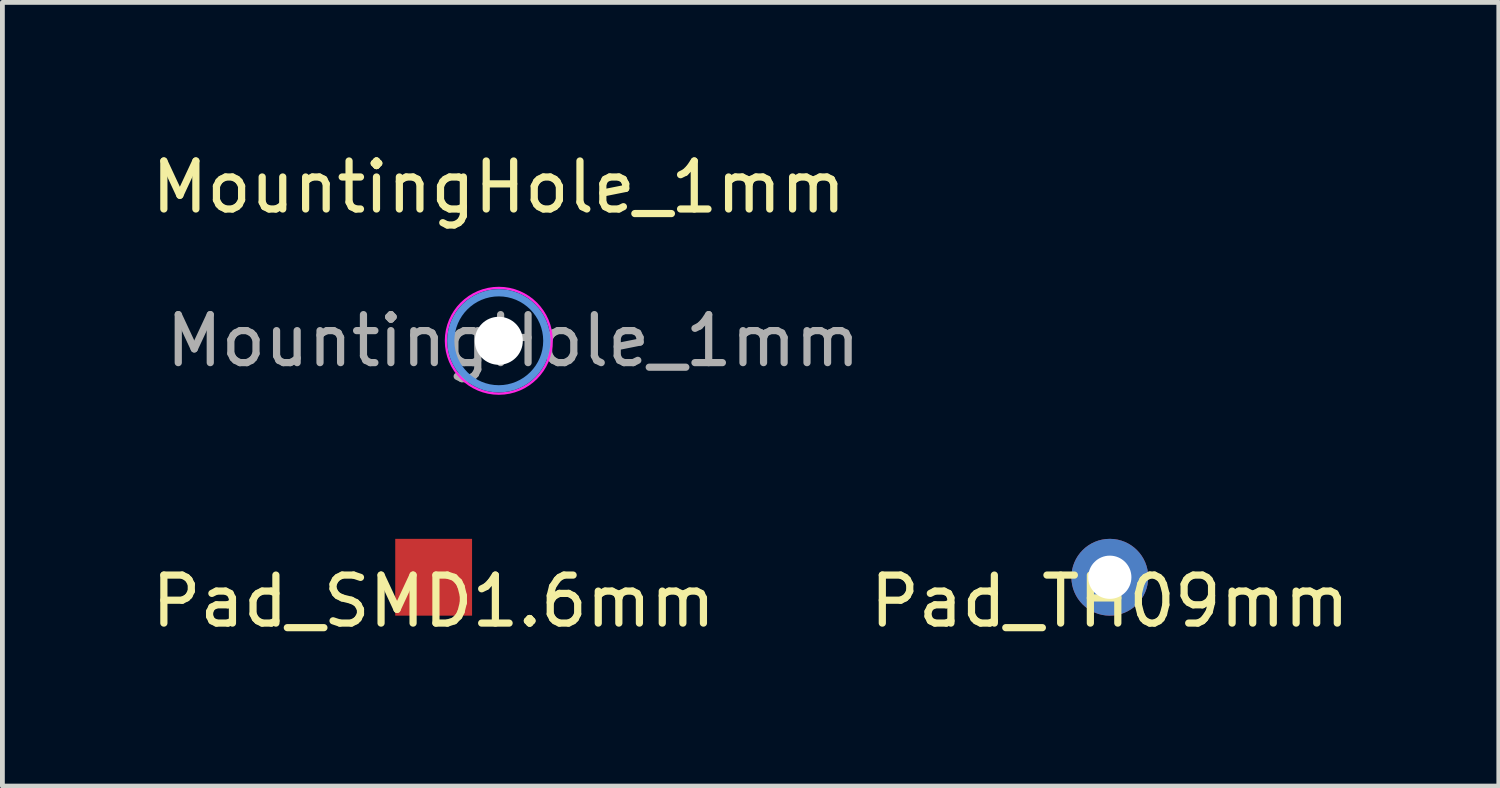
<source format=kicad_pcb>
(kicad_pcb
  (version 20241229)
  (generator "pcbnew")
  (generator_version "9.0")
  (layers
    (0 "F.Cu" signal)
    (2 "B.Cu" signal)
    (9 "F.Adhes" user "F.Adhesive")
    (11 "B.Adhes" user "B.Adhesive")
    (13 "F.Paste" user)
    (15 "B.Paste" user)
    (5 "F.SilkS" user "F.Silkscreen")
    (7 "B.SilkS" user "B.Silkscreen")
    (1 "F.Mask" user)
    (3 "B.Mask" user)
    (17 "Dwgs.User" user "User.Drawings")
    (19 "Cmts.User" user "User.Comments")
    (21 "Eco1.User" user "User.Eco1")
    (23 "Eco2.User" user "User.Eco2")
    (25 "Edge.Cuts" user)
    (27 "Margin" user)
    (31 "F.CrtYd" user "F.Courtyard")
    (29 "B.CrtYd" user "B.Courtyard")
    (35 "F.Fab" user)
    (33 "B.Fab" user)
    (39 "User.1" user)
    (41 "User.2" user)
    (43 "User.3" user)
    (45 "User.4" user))
  (footprint "MountingHole_1mm"
    (layer "F.Cu")
    (at 7.339 4.048)
    (property "Reference" "MountingHole_1mm" (at 0 -3.2 0) (layer "F.SilkS") (effects (font (size 1 1) (thickness 0.15))))
    (attr exclude_from_pos_files exclude_from_bom)
    (fp_circle (center 0 0) (end 1 0) (stroke (width 0.15) (type solid)) (fill no) (layer "Cmts.User"))
    (fp_circle (center 0 0) (end 1.1 0) (stroke (width 0.05) (type solid)) (fill no) (layer "F.CrtYd"))
    (fp_text user "${REFERENCE}" (at 0.3 0 0) (layer "F.Fab") (effects (font (size 1 1) (thickness 0.15))))
    (pad "" np_thru_hole circle (at 0 0) (size 1 1) (drill 1) (layers "*.Cu" "*.Mask")))
  (footprint "Pad_SMD1.6mm"
    (layer "F.Cu")
    (at 5.982 8.973)
    (property "Reference" "Pad_SMD1.6mm" (at 0 0.5 0) (layer "F.SilkS") (effects (font (size 1 1) (thickness 0.15))))
    (attr smd)
    (pad "1" smd rect (at 0 0) (size 1.6 1.6) (layers "F.Cu" "F.Mask")))
  (footprint "Pad_TH09mm"
    (layer "F.Cu")
    (at 20.065 8.973)
    (property "Reference" "Pad_TH09mm" (at 0 0.5 0) (layer "F.SilkS") (effects (font (size 1 1) (thickness 0.15))))
    (attr through_hole)
    (pad "1" thru_hole circle (at 0 0) (size 1.6 1.6) (drill 0.9) (layers "*.Cu" "*.Mask")))
  (gr_rect
    (start -3 -3)
    (end 28.167 13.322)
    (stroke (width 0.1) (type default))
    (fill no)
    (layer "Edge.Cuts")))
</source>
